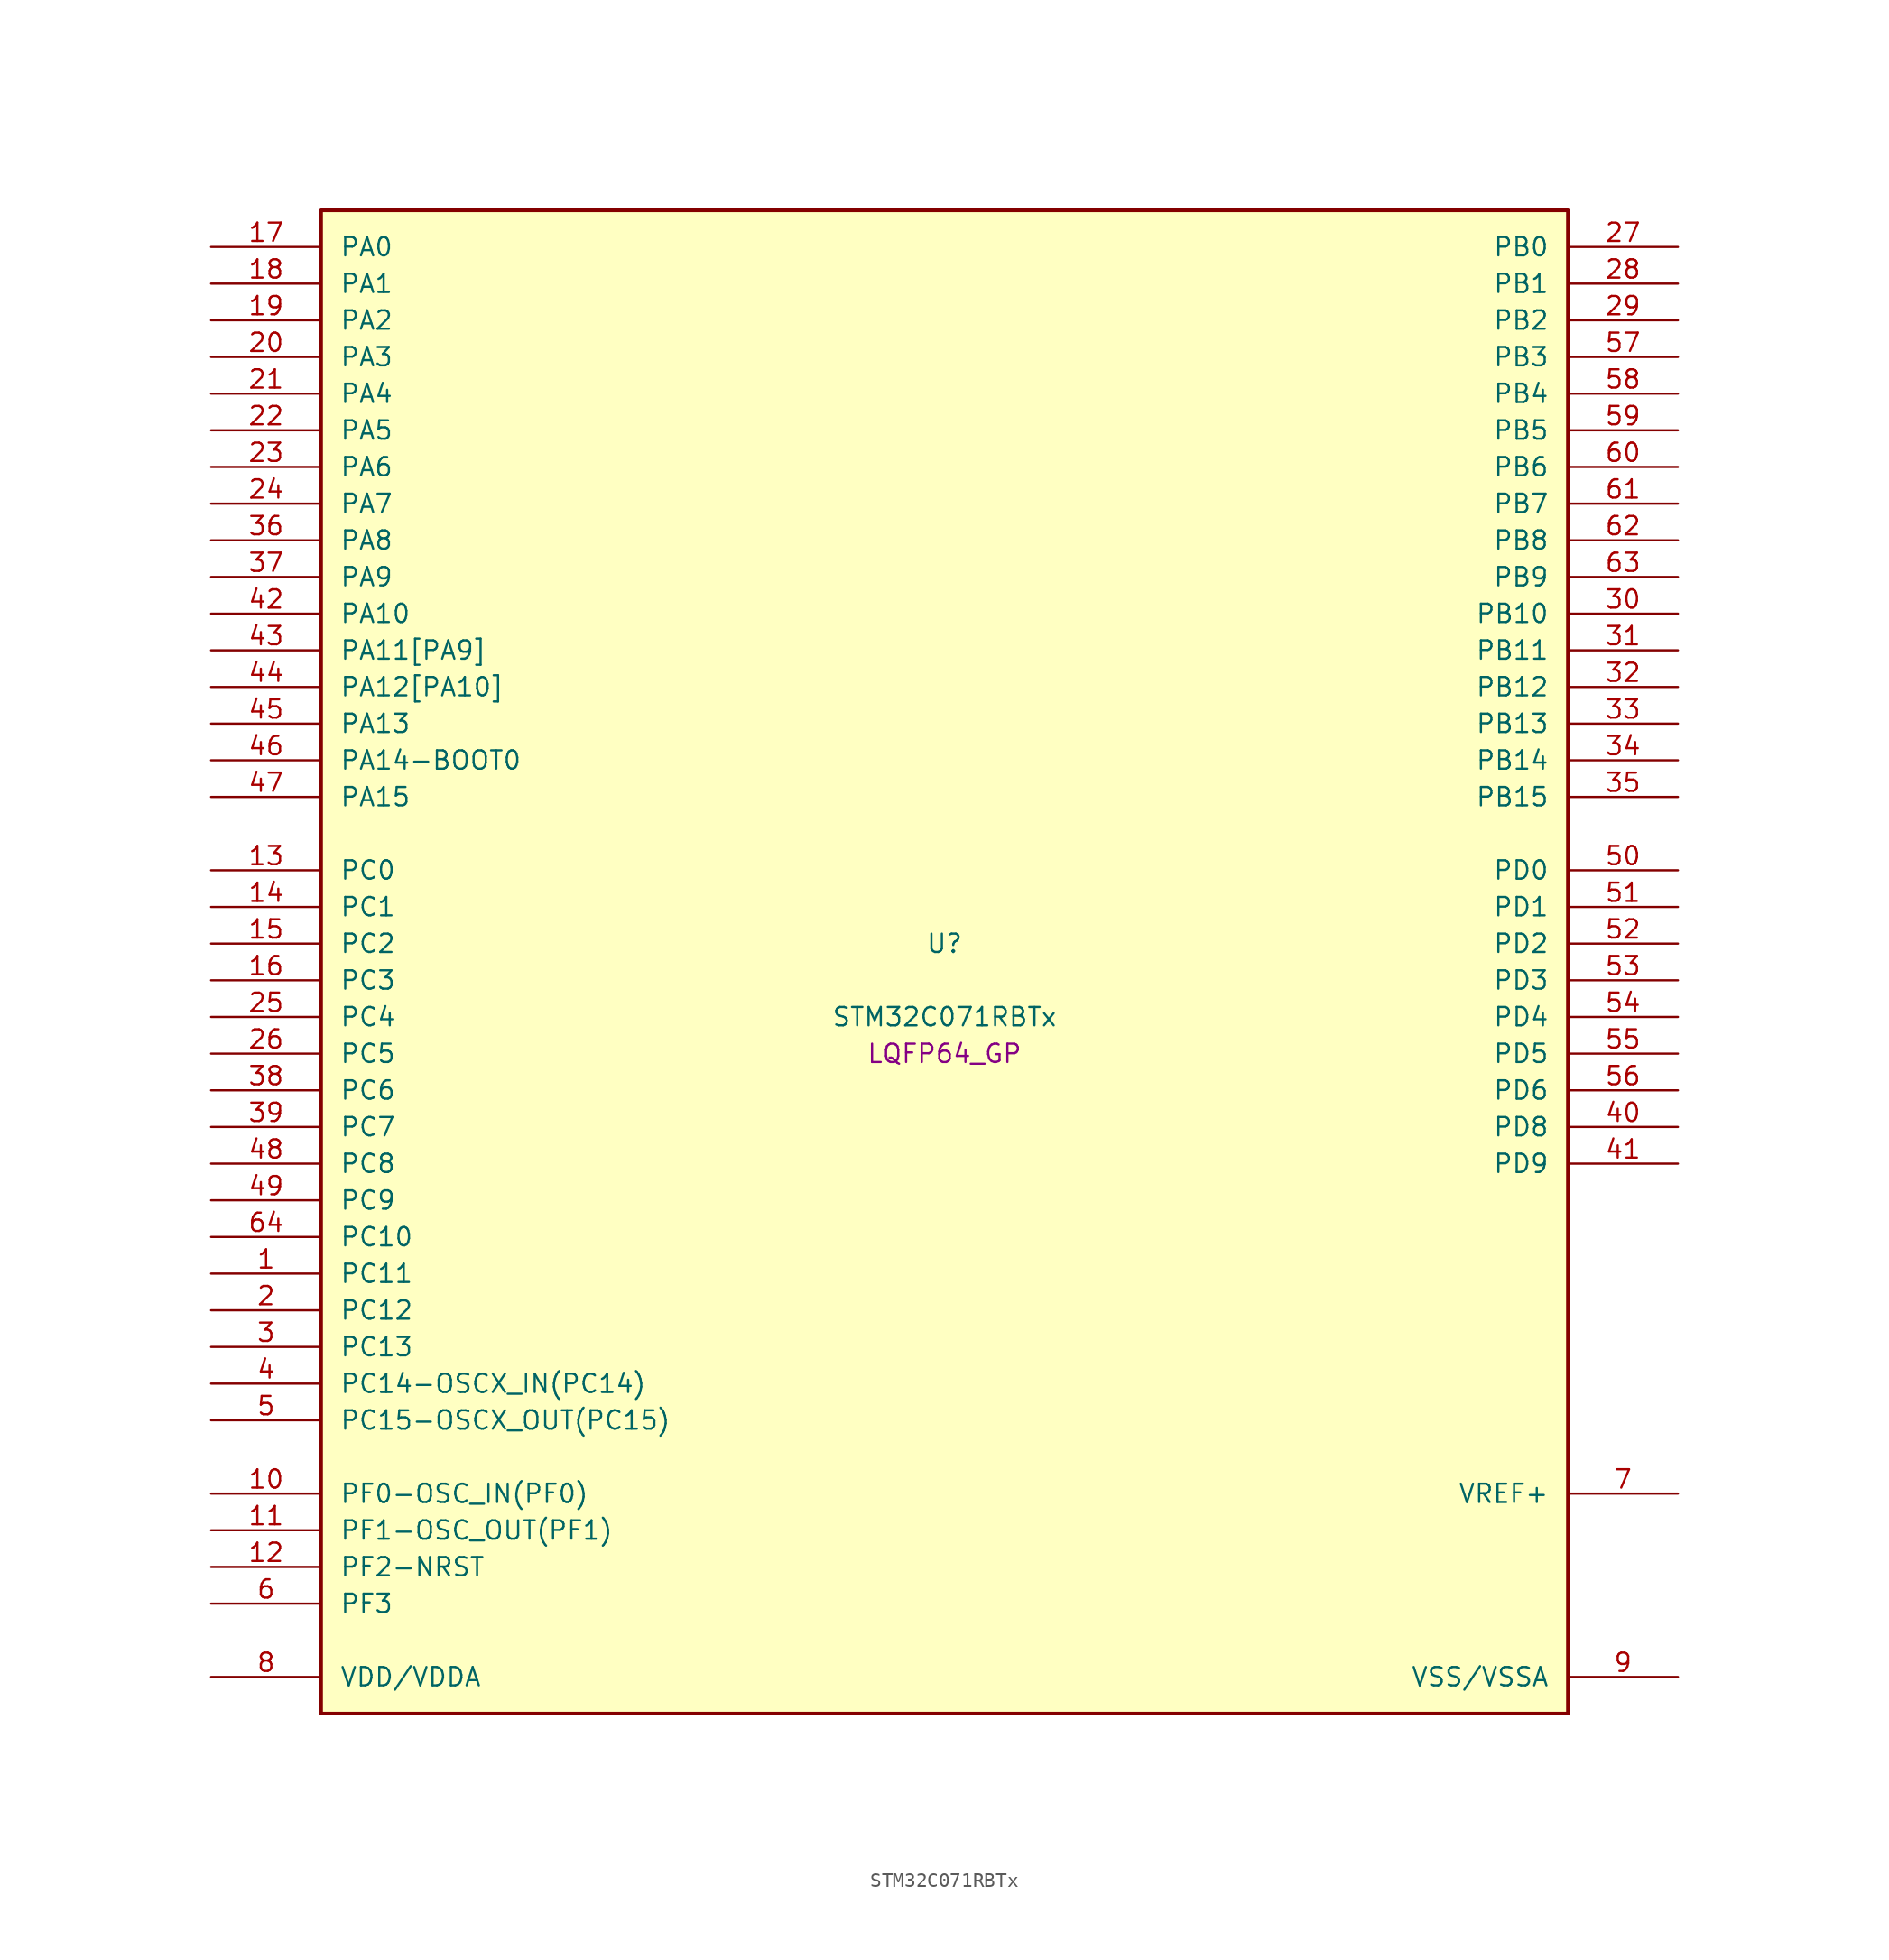
<source format=kicad_sym>
(kicad_symbol_lib
  (version 20241209)
  (generator "stm32_pkl_generator")
  (generator_version "1.0")
  (symbol "STM32C071RBTx"
    (pin_names
      (offset 1.27))
    (property "Reference" "U"
      (at 0 2.54 0))
    (property "Value" "STM32C071RBTx"
      (at 0 -2.54 0))
    (property "Footprint" "LQFP64_GP"
      (at 0 -5.08 0))
    (symbol "STM32C071RBTx_1_1"
      (rectangle (start -43.18 53.34) (end 43.18 -50.8) (stroke (width 0.254) (type solid)) (fill (type background)))
      (pin bidirectional line (at -50.8 50.8 0) (length 7.62) (name "PA0") (number "17") (alternate "PA0/ADC1_IN0" bidirectional line) (alternate "PA0/PWR_WKUP1" bidirectional line) (alternate "PA0/SPI2_SCK" bidirectional line) (alternate "PA0/TIM16_CH1" bidirectional line) (alternate "PA0/TIM1_CH1" bidirectional line) (alternate "PA0/TIM2_CH1" bidirectional line) (alternate "PA0/TIM2_ETR" bidirectional line) (alternate "PA0/USART1_TX" bidirectional line) (alternate "PA0/USART2_CTS" bidirectional line) (alternate "PA0/USART2_NSS" bidirectional line))
      (pin bidirectional line (at -50.8 48.26 0) (length 7.62) (name "PA1") (number "18") (alternate "PA1/ADC1_IN1" bidirectional line) (alternate "PA1/I2C1_SMBA" bidirectional line) (alternate "PA1/I2S1_CK" bidirectional line) (alternate "PA1/SPI1_SCK" bidirectional line) (alternate "PA1/TIM17_CH1" bidirectional line) (alternate "PA1/TIM1_CH2" bidirectional line) (alternate "PA1/TIM2_CH2" bidirectional line) (alternate "PA1/USART1_RX" bidirectional line) (alternate "PA1/USART2_CK" bidirectional line) (alternate "PA1/USART2_DE" bidirectional line) (alternate "PA1/USART2_RTS" bidirectional line))
      (pin bidirectional line (at -50.8 45.72 0) (length 7.62) (name "PA2") (number "19") (alternate "PA2/ADC1_IN2" bidirectional line) (alternate "PA2/I2S1_SD" bidirectional line) (alternate "PA2/PWR_WKUP4" bidirectional line) (alternate "PA2/RCC_LSCO" bidirectional line) (alternate "PA2/SPI1_MOSI" bidirectional line) (alternate "PA2/TIM16_CH1N" bidirectional line) (alternate "PA2/TIM1_CH3" bidirectional line) (alternate "PA2/TIM2_CH3" bidirectional line) (alternate "PA2/TIM3_ETR" bidirectional line) (alternate "PA2/USART2_TX" bidirectional line))
      (pin bidirectional line (at -50.8 43.18 0) (length 7.62) (name "PA3") (number "20") (alternate "PA3/ADC1_IN3" bidirectional line) (alternate "PA3/SPI2_MISO" bidirectional line) (alternate "PA3/TIM1_CH1N" bidirectional line) (alternate "PA3/TIM1_CH4" bidirectional line) (alternate "PA3/TIM2_CH4" bidirectional line) (alternate "PA3/USART2_RX" bidirectional line))
      (pin bidirectional line (at -50.8 40.64 0) (length 7.62) (name "PA4") (number "21") (alternate "PA4/ADC1_IN4" bidirectional line) (alternate "PA4/I2S1_WS" bidirectional line) (alternate "PA4/RTC_OUT2" bidirectional line) (alternate "PA4/SPI1_NSS" bidirectional line) (alternate "PA4/SPI2_MOSI" bidirectional line) (alternate "PA4/TIM14_CH1" bidirectional line) (alternate "PA4/TIM17_CH1N" bidirectional line) (alternate "PA4/TIM1_CH2N" bidirectional line) (alternate "PA4/USART2_TX" bidirectional line) (alternate "PA4/USB_NOE" bidirectional line))
      (pin bidirectional line (at -50.8 38.1 0) (length 7.62) (name "PA5") (number "22") (alternate "PA5/ADC1_IN5" bidirectional line) (alternate "PA5/I2S1_CK" bidirectional line) (alternate "PA5/SPI1_SCK" bidirectional line) (alternate "PA5/TIM1_CH1" bidirectional line) (alternate "PA5/TIM1_CH3N" bidirectional line) (alternate "PA5/TIM2_CH1" bidirectional line) (alternate "PA5/TIM2_ETR" bidirectional line) (alternate "PA5/USART2_RX" bidirectional line))
      (pin bidirectional line (at -50.8 35.56 0) (length 7.62) (name "PA6") (number "23") (alternate "PA6/ADC1_IN6" bidirectional line) (alternate "PA6/I2C2_SDA" bidirectional line) (alternate "PA6/I2S1_MCK" bidirectional line) (alternate "PA6/SPI1_MISO" bidirectional line) (alternate "PA6/TIM16_CH1" bidirectional line) (alternate "PA6/TIM1_BKIN" bidirectional line) (alternate "PA6/TIM3_CH1" bidirectional line))
      (pin bidirectional line (at -50.8 33.02 0) (length 7.62) (name "PA7") (number "24") (alternate "PA7/ADC1_IN7" bidirectional line) (alternate "PA7/I2C2_SCL" bidirectional line) (alternate "PA7/I2S1_SD" bidirectional line) (alternate "PA7/SPI1_MOSI" bidirectional line) (alternate "PA7/TIM14_CH1" bidirectional line) (alternate "PA7/TIM17_CH1" bidirectional line) (alternate "PA7/TIM1_CH1N" bidirectional line) (alternate "PA7/TIM3_CH2" bidirectional line))
      (pin bidirectional line (at -50.8 30.48 0) (length 7.62) (name "PA8") (number "36") (alternate "PA8/ADC1_IN8" bidirectional line) (alternate "PA8/CRS_SYNC" bidirectional line) (alternate "PA8/I2S1_WS" bidirectional line) (alternate "PA8/RCC_MCO" bidirectional line) (alternate "PA8/RCC_MCO_2" bidirectional line) (alternate "PA8/SPI1_NSS" bidirectional line) (alternate "PA8/SPI2_MISO" bidirectional line) (alternate "PA8/SPI2_NSS" bidirectional line) (alternate "PA8/TIM14_CH1" bidirectional line) (alternate "PA8/TIM1_CH1" bidirectional line) (alternate "PA8/TIM1_CH2N" bidirectional line) (alternate "PA8/TIM1_CH3N" bidirectional line) (alternate "PA8/TIM3_CH3" bidirectional line) (alternate "PA8/TIM3_CH4" bidirectional line) (alternate "PA8/USART1_RX" bidirectional line) (alternate "PA8/USART2_TX" bidirectional line))
      (pin bidirectional line (at -50.8 27.94 0) (length 7.62) (name "PA9") (number "37") (alternate "PA9/I2C1_SCL" bidirectional line) (alternate "PA9/I2C2_SCL" bidirectional line) (alternate "PA9/RCC_MCO" bidirectional line) (alternate "PA9/SPI2_MISO" bidirectional line) (alternate "PA9/TIM1_CH2" bidirectional line) (alternate "PA9/TIM3_ETR" bidirectional line) (alternate "PA9/USART1_TX" bidirectional line) (alternate "PA9/NC" bidirectional line))
      (pin bidirectional line (at -50.8 25.4 0) (length 7.62) (name "PA10") (number "42") (alternate "PA10/I2C1_SDA" bidirectional line) (alternate "PA10/I2C2_SDA" bidirectional line) (alternate "PA10/RCC_MCO_2" bidirectional line) (alternate "PA10/SPI2_MOSI" bidirectional line) (alternate "PA10/TIM17_BKIN" bidirectional line) (alternate "PA10/TIM1_CH3" bidirectional line) (alternate "PA10/USART1_RX" bidirectional line) (alternate "PA10/NC" bidirectional line))
      (pin bidirectional line (at -50.8 22.86 0) (length 7.62) (name "PA11[PA9]") (number "43") (alternate "PA11[PA9]/ADC1_EXTI11" bidirectional line) (alternate "PA11[PA9]/I2C2_SCL" bidirectional line) (alternate "PA11[PA9]/I2S1_MCK" bidirectional line) (alternate "PA11[PA9]/SPI1_MISO" bidirectional line) (alternate "PA11[PA9]/TIM1_BKIN2" bidirectional line) (alternate "PA11[PA9]/TIM1_CH4" bidirectional line) (alternate "PA11[PA9]/USART1_CTS" bidirectional line) (alternate "PA11[PA9]/USART1_NSS" bidirectional line) (alternate "PA11[PA9]/USB_DM" bidirectional line) (alternate "PA11[PA9]/PA9[PA11]" bidirectional line) (alternate "PA11[PA9]/I2C1_SCL" bidirectional line) (alternate "PA11[PA9]/RCC_MCO" bidirectional line) (alternate "PA11[PA9]/SPI2_MISO" bidirectional line) (alternate "PA11[PA9]/TIM1_CH2" bidirectional line) (alternate "PA11[PA9]/TIM3_ETR" bidirectional line) (alternate "PA11[PA9]/USART1_TX" bidirectional line))
      (pin bidirectional line (at -50.8 20.32 0) (length 7.62) (name "PA12[PA10]") (number "44") (alternate "PA12[PA10]/I2C2_SDA" bidirectional line) (alternate "PA12[PA10]/I2S1_SD" bidirectional line) (alternate "PA12[PA10]/I2S_CKIN" bidirectional line) (alternate "PA12[PA10]/SPI1_MOSI" bidirectional line) (alternate "PA12[PA10]/TIM1_ETR" bidirectional line) (alternate "PA12[PA10]/USART1_CK" bidirectional line) (alternate "PA12[PA10]/USART1_DE" bidirectional line) (alternate "PA12[PA10]/USART1_RTS" bidirectional line) (alternate "PA12[PA10]/USB_DP" bidirectional line) (alternate "PA12[PA10]/PA10[PA12]" bidirectional line) (alternate "PA12[PA10]/I2C1_SDA" bidirectional line) (alternate "PA12[PA10]/RCC_MCO_2" bidirectional line) (alternate "PA12[PA10]/SPI2_MOSI" bidirectional line) (alternate "PA12[PA10]/TIM17_BKIN" bidirectional line) (alternate "PA12[PA10]/TIM1_CH3" bidirectional line) (alternate "PA12[PA10]/USART1_RX" bidirectional line))
      (pin bidirectional line (at -50.8 17.78 0) (length 7.62) (name "PA13") (number "45") (alternate "PA13/ADC1_IN13" bidirectional line) (alternate "PA13/DEBUG_SWDIO" bidirectional line) (alternate "PA13/IR_OUT" bidirectional line) (alternate "PA13/TIM3_ETR" bidirectional line) (alternate "PA13/USART2_RX" bidirectional line) (alternate "PA13/USB_NOE" bidirectional line))
      (pin bidirectional line (at -50.8 15.24 0) (length 7.62) (name "PA14-BOOT0") (number "46") (alternate "PA14-BOOT0/ADC1_IN14" bidirectional line) (alternate "PA14-BOOT0/DEBUG_SWCLK" bidirectional line) (alternate "PA14-BOOT0/I2S1_WS" bidirectional line) (alternate "PA14-BOOT0/RCC_MCO_2" bidirectional line) (alternate "PA14-BOOT0/SPI1_NSS" bidirectional line) (alternate "PA14-BOOT0/TIM1_CH1" bidirectional line) (alternate "PA14-BOOT0/USART1_CK" bidirectional line) (alternate "PA14-BOOT0/USART1_DE" bidirectional line) (alternate "PA14-BOOT0/USART1_RTS" bidirectional line) (alternate "PA14-BOOT0/USART2_RX" bidirectional line) (alternate "PA14-BOOT0/USART2_TX" bidirectional line))
      (pin bidirectional line (at -50.8 12.7 0) (length 7.62) (name "PA15") (number "47") (alternate "PA15/I2S1_WS" bidirectional line) (alternate "PA15/RCC_MCO_2" bidirectional line) (alternate "PA15/SPI1_NSS" bidirectional line) (alternate "PA15/TIM1_CH1" bidirectional line) (alternate "PA15/TIM2_CH1" bidirectional line) (alternate "PA15/TIM2_ETR" bidirectional line) (alternate "PA15/USART1_CK" bidirectional line) (alternate "PA15/USART1_DE" bidirectional line) (alternate "PA15/USART1_RTS" bidirectional line) (alternate "PA15/USART2_RX" bidirectional line) (alternate "PA15/USB_NOE" bidirectional line))
      (pin bidirectional line (at 50.8 50.8 180) (length 7.62) (name "PB0") (number "27") (alternate "PB0/ADC1_IN17" bidirectional line) (alternate "PB0/I2S1_WS" bidirectional line) (alternate "PB0/SPI1_NSS" bidirectional line) (alternate "PB0/TIM1_CH2N" bidirectional line) (alternate "PB0/TIM3_CH3" bidirectional line))
      (pin bidirectional line (at 50.8 48.26 180) (length 7.62) (name "PB1") (number "28") (alternate "PB1/ADC1_IN18" bidirectional line) (alternate "PB1/TIM14_CH1" bidirectional line) (alternate "PB1/TIM1_CH2N" bidirectional line) (alternate "PB1/TIM1_CH3N" bidirectional line) (alternate "PB1/TIM3_CH4" bidirectional line))
      (pin bidirectional line (at 50.8 45.72 180) (length 7.62) (name "PB2") (number "29") (alternate "PB2/ADC1_IN19" bidirectional line) (alternate "PB2/RCC_MCO_2" bidirectional line) (alternate "PB2/SPI2_MISO" bidirectional line) (alternate "PB2/USART1_RX" bidirectional line))
      (pin bidirectional line (at 50.8 43.18 180) (length 7.62) (name "PB3") (number "57") (alternate "PB3/I2C2_SCL" bidirectional line) (alternate "PB3/I2S1_CK" bidirectional line) (alternate "PB3/SPI1_SCK" bidirectional line) (alternate "PB3/TIM1_CH2" bidirectional line) (alternate "PB3/TIM2_CH2" bidirectional line) (alternate "PB3/TIM3_CH2" bidirectional line) (alternate "PB3/USART1_CK" bidirectional line) (alternate "PB3/USART1_DE" bidirectional line) (alternate "PB3/USART1_RTS" bidirectional line))
      (pin bidirectional line (at 50.8 40.64 180) (length 7.62) (name "PB4") (number "58") (alternate "PB4/I2C2_SDA" bidirectional line) (alternate "PB4/I2S1_MCK" bidirectional line) (alternate "PB4/SPI1_MISO" bidirectional line) (alternate "PB4/TIM17_BKIN" bidirectional line) (alternate "PB4/TIM3_CH1" bidirectional line) (alternate "PB4/USART1_CTS" bidirectional line) (alternate "PB4/USART1_NSS" bidirectional line))
      (pin bidirectional line (at 50.8 38.1 180) (length 7.62) (name "PB5") (number "59") (alternate "PB5/I2C1_SMBA" bidirectional line) (alternate "PB5/I2S1_SD" bidirectional line) (alternate "PB5/PWR_WKUP6" bidirectional line) (alternate "PB5/SPI1_MOSI" bidirectional line) (alternate "PB5/TIM16_BKIN" bidirectional line) (alternate "PB5/TIM3_CH2" bidirectional line) (alternate "PB5/TIM3_CH3" bidirectional line))
      (pin bidirectional line (at 50.8 35.56 180) (length 7.62) (name "PB6") (number "60") (alternate "PB6/I2C1_SCL" bidirectional line) (alternate "PB6/I2C1_SMBA" bidirectional line) (alternate "PB6/I2S1_CK" bidirectional line) (alternate "PB6/I2S1_MCK" bidirectional line) (alternate "PB6/I2S1_SD" bidirectional line) (alternate "PB6/PWR_WKUP3" bidirectional line) (alternate "PB6/SPI1_MISO" bidirectional line) (alternate "PB6/SPI1_MOSI" bidirectional line) (alternate "PB6/SPI1_SCK" bidirectional line) (alternate "PB6/SPI2_MISO" bidirectional line) (alternate "PB6/TIM16_BKIN" bidirectional line) (alternate "PB6/TIM16_CH1N" bidirectional line) (alternate "PB6/TIM17_BKIN" bidirectional line) (alternate "PB6/TIM1_CH2" bidirectional line) (alternate "PB6/TIM1_CH3" bidirectional line) (alternate "PB6/TIM3_CH1" bidirectional line) (alternate "PB6/TIM3_CH2" bidirectional line) (alternate "PB6/TIM3_CH3" bidirectional line) (alternate "PB6/USART1_CTS" bidirectional line) (alternate "PB6/USART1_NSS" bidirectional line) (alternate "PB6/USART1_TX" bidirectional line))
      (pin bidirectional line (at 50.8 33.02 180) (length 7.62) (name "PB7") (number "61") (alternate "PB7/I2C1_SCL" bidirectional line) (alternate "PB7/I2C1_SDA" bidirectional line) (alternate "PB7/SPI2_MOSI" bidirectional line) (alternate "PB7/TIM16_CH1" bidirectional line) (alternate "PB7/TIM17_CH1N" bidirectional line) (alternate "PB7/TIM1_CH4" bidirectional line) (alternate "PB7/TIM3_CH1" bidirectional line) (alternate "PB7/TIM3_CH4" bidirectional line) (alternate "PB7/USART1_RX" bidirectional line) (alternate "PB7/USART2_CTS" bidirectional line) (alternate "PB7/USART2_NSS" bidirectional line))
      (pin bidirectional line (at 50.8 30.48 180) (length 7.62) (name "PB8") (number "62") (alternate "PB8/I2C1_SCL" bidirectional line) (alternate "PB8/SPI2_SCK" bidirectional line) (alternate "PB8/TIM16_CH1" bidirectional line) (alternate "PB8/TIM3_CH1" bidirectional line) (alternate "PB8/USART2_CTS" bidirectional line) (alternate "PB8/USART2_NSS" bidirectional line))
      (pin bidirectional line (at 50.8 27.94 180) (length 7.62) (name "PB9") (number "63") (alternate "PB9/I2C1_SDA" bidirectional line) (alternate "PB9/IR_OUT" bidirectional line) (alternate "PB9/SPI2_NSS" bidirectional line) (alternate "PB9/TIM17_CH1" bidirectional line) (alternate "PB9/TIM3_CH2" bidirectional line) (alternate "PB9/USART2_CK" bidirectional line) (alternate "PB9/USART2_DE" bidirectional line) (alternate "PB9/USART2_RTS" bidirectional line))
      (pin bidirectional line (at 50.8 25.4 180) (length 7.62) (name "PB10") (number "30") (alternate "PB10/ADC1_IN20" bidirectional line) (alternate "PB10/I2C2_SCL" bidirectional line) (alternate "PB10/SPI2_SCK" bidirectional line) (alternate "PB10/TIM2_CH3" bidirectional line))
      (pin bidirectional line (at 50.8 22.86 180) (length 7.62) (name "PB11") (number "31") (alternate "PB11/ADC1_EXTI11" bidirectional line) (alternate "PB11/ADC1_IN21" bidirectional line) (alternate "PB11/I2C2_SDA" bidirectional line) (alternate "PB11/SPI2_MOSI" bidirectional line) (alternate "PB11/TIM2_CH4" bidirectional line))
      (pin bidirectional line (at 50.8 20.32 180) (length 7.62) (name "PB12") (number "32") (alternate "PB12/ADC1_IN22" bidirectional line) (alternate "PB12/SPI2_NSS" bidirectional line) (alternate "PB12/TIM1_BKIN" bidirectional line) (alternate "PB12/TIM1_BKIN2" bidirectional line))
      (pin bidirectional line (at 50.8 17.78 180) (length 7.62) (name "PB13") (number "33") (alternate "PB13/I2C2_SCL" bidirectional line) (alternate "PB13/SPI2_SCK" bidirectional line) (alternate "PB13/TIM1_CH1N" bidirectional line))
      (pin bidirectional line (at 50.8 15.24 180) (length 7.62) (name "PB14") (number "34") (alternate "PB14/I2C2_SDA" bidirectional line) (alternate "PB14/SPI2_MISO" bidirectional line) (alternate "PB14/TIM1_CH2N" bidirectional line))
      (pin bidirectional line (at 50.8 12.7 180) (length 7.62) (name "PB15") (number "35") (alternate "PB15/RTC_REFIN" bidirectional line) (alternate "PB15/SPI2_MOSI" bidirectional line) (alternate "PB15/TIM1_CH3N" bidirectional line))
      (pin bidirectional line (at -50.8 7.62 0) (length 7.62) (name "PC0") (number "13"))
      (pin bidirectional line (at -50.8 5.08 0) (length 7.62) (name "PC1") (number "14"))
      (pin bidirectional line (at -50.8 2.54 0) (length 7.62) (name "PC2") (number "15") (alternate "PC2/SPI2_MISO" bidirectional line))
      (pin bidirectional line (at -50.8 0 0) (length 7.62) (name "PC3") (number "16") (alternate "PC3/SPI2_MOSI" bidirectional line))
      (pin bidirectional line (at -50.8 -2.54 0) (length 7.62) (name "PC4") (number "25") (alternate "PC4/ADC1_IN11" bidirectional line) (alternate "PC4/TIM2_CH1" bidirectional line) (alternate "PC4/TIM2_ETR" bidirectional line) (alternate "PC4/USART1_TX" bidirectional line))
      (pin bidirectional line (at -50.8 -5.08 0) (length 7.62) (name "PC5") (number "26") (alternate "PC5/ADC1_IN12" bidirectional line) (alternate "PC5/PWR_WKUP5" bidirectional line) (alternate "PC5/TIM2_CH2" bidirectional line) (alternate "PC5/USART1_RX" bidirectional line))
      (pin bidirectional line (at -50.8 -7.62 0) (length 7.62) (name "PC6") (number "38") (alternate "PC6/TIM2_CH3" bidirectional line) (alternate "PC6/TIM3_CH1" bidirectional line))
      (pin bidirectional line (at -50.8 -10.16 0) (length 7.62) (name "PC7") (number "39") (alternate "PC7/TIM2_CH4" bidirectional line) (alternate "PC7/TIM3_CH2" bidirectional line))
      (pin bidirectional line (at -50.8 -12.7 0) (length 7.62) (name "PC8") (number "48") (alternate "PC8/TIM1_CH1" bidirectional line) (alternate "PC8/TIM3_CH3" bidirectional line))
      (pin bidirectional line (at -50.8 -15.24 0) (length 7.62) (name "PC9") (number "49") (alternate "PC9/I2S_CKIN" bidirectional line) (alternate "PC9/TIM1_CH2" bidirectional line) (alternate "PC9/TIM3_CH4" bidirectional line) (alternate "PC9/USB_NOE" bidirectional line))
      (pin bidirectional line (at -50.8 -17.78 0) (length 7.62) (name "PC10") (number "64") (alternate "PC10/TIM1_CH3" bidirectional line))
      (pin bidirectional line (at -50.8 -20.32 0) (length 7.62) (name "PC11") (number "1") (alternate "PC11/ADC1_EXTI11" bidirectional line) (alternate "PC11/TIM1_CH4" bidirectional line))
      (pin bidirectional line (at -50.8 -22.86 0) (length 7.62) (name "PC12") (number "2") (alternate "PC12/TIM14_CH1" bidirectional line))
      (pin bidirectional line (at -50.8 -25.4 0) (length 7.62) (name "PC13") (number "3") (alternate "PC13/PWR_WKUP2" bidirectional line) (alternate "PC13/RTC_OUT1" bidirectional line) (alternate "PC13/RTC_TS" bidirectional line) (alternate "PC13/TIM1_BKIN" bidirectional line) (alternate "PC13/TIM1_ETR" bidirectional line))
      (pin bidirectional line (at -50.8 -27.94 0) (length 7.62) (name "PC14-OSCX_IN(PC14)") (number "4") (alternate "PC14-OSCX_IN(PC14)/I2C1_SDA" bidirectional line) (alternate "PC14-OSCX_IN(PC14)/IR_OUT" bidirectional line) (alternate "PC14-OSCX_IN(PC14)/RCC_OSCX_IN" bidirectional line) (alternate "PC14-OSCX_IN(PC14)/SPI2_NSS" bidirectional line) (alternate "PC14-OSCX_IN(PC14)/TIM17_CH1" bidirectional line) (alternate "PC14-OSCX_IN(PC14)/TIM1_BKIN2" bidirectional line) (alternate "PC14-OSCX_IN(PC14)/TIM1_ETR" bidirectional line) (alternate "PC14-OSCX_IN(PC14)/TIM3_CH2" bidirectional line) (alternate "PC14-OSCX_IN(PC14)/USART1_TX" bidirectional line) (alternate "PC14-OSCX_IN(PC14)/USART2_CK" bidirectional line) (alternate "PC14-OSCX_IN(PC14)/USART2_DE" bidirectional line) (alternate "PC14-OSCX_IN(PC14)/USART2_RTS" bidirectional line))
      (pin bidirectional line (at -50.8 -30.48 0) (length 7.62) (name "PC15-OSCX_OUT(PC15)") (number "5") (alternate "PC15-OSCX_OUT(PC15)/RCC_OSC32_EN" bidirectional line) (alternate "PC15-OSCX_OUT(PC15)/RCC_OSCX_OUT" bidirectional line) (alternate "PC15-OSCX_OUT(PC15)/RCC_OSC_EN" bidirectional line) (alternate "PC15-OSCX_OUT(PC15)/TIM1_ETR" bidirectional line) (alternate "PC15-OSCX_OUT(PC15)/TIM3_CH3" bidirectional line))
      (pin bidirectional line (at 50.8 7.62 180) (length 7.62) (name "PD0") (number "50") (alternate "PD0/SPI2_NSS" bidirectional line) (alternate "PD0/TIM16_CH1" bidirectional line))
      (pin bidirectional line (at 50.8 5.08 180) (length 7.62) (name "PD1") (number "51") (alternate "PD1/SPI2_SCK" bidirectional line) (alternate "PD1/TIM17_CH1" bidirectional line))
      (pin bidirectional line (at 50.8 2.54 180) (length 7.62) (name "PD2") (number "52") (alternate "PD2/TIM1_CH1N" bidirectional line) (alternate "PD2/TIM3_ETR" bidirectional line))
      (pin bidirectional line (at 50.8 0 180) (length 7.62) (name "PD3") (number "53") (alternate "PD3/SPI2_MISO" bidirectional line) (alternate "PD3/TIM1_CH2N" bidirectional line) (alternate "PD3/USART2_CTS" bidirectional line) (alternate "PD3/USART2_NSS" bidirectional line))
      (pin bidirectional line (at 50.8 -2.54 180) (length 7.62) (name "PD4") (number "54") (alternate "PD4/SPI2_MOSI" bidirectional line) (alternate "PD4/TIM1_CH3N" bidirectional line) (alternate "PD4/USART2_CK" bidirectional line) (alternate "PD4/USART2_DE" bidirectional line) (alternate "PD4/USART2_RTS" bidirectional line))
      (pin bidirectional line (at 50.8 -5.08 180) (length 7.62) (name "PD5") (number "55") (alternate "PD5/I2S1_MCK" bidirectional line) (alternate "PD5/SPI1_MISO" bidirectional line) (alternate "PD5/TIM1_BKIN" bidirectional line) (alternate "PD5/USART2_TX" bidirectional line))
      (pin bidirectional line (at 50.8 -7.62 180) (length 7.62) (name "PD6") (number "56") (alternate "PD6/I2S1_SD" bidirectional line) (alternate "PD6/SPI1_MOSI" bidirectional line) (alternate "PD6/USART2_RX" bidirectional line))
      (pin bidirectional line (at 50.8 -10.16 180) (length 7.62) (name "PD8") (number "40") (alternate "PD8/I2S1_CK" bidirectional line) (alternate "PD8/SPI1_SCK" bidirectional line))
      (pin bidirectional line (at 50.8 -12.7 180) (length 7.62) (name "PD9") (number "41") (alternate "PD9/I2S1_WS" bidirectional line) (alternate "PD9/SPI1_NSS" bidirectional line) (alternate "PD9/TIM1_BKIN2" bidirectional line))
      (pin bidirectional line (at -50.8 -35.56 0) (length 7.62) (name "PF0-OSC_IN(PF0)") (number "10") (alternate "PF0-OSC_IN(PF0)/CRS_SYNC" bidirectional line) (alternate "PF0-OSC_IN(PF0)/RCC_OSC_IN" bidirectional line) (alternate "PF0-OSC_IN(PF0)/TIM14_CH1" bidirectional line))
      (pin bidirectional line (at -50.8 -38.1 0) (length 7.62) (name "PF1-OSC_OUT(PF1)") (number "11") (alternate "PF1-OSC_OUT(PF1)/RCC_OSC_EN" bidirectional line) (alternate "PF1-OSC_OUT(PF1)/RCC_OSC_OUT" bidirectional line))
      (pin bidirectional line (at -50.8 -40.64 0) (length 7.62) (name "PF2-NRST") (number "12") (alternate "PF2-NRST/RCC_MCO" bidirectional line) (alternate "PF2-NRST/TIM1_CH4" bidirectional line))
      (pin bidirectional line (at -50.8 -43.18 0) (length 7.62) (name "PF3") (number "6"))
      (pin bidirectional line (at 50.8 -35.56 180) (length 7.62) (name "VREF+") (number "7"))
      (pin power_in line (at -50.8 -48.26 0) (length 7.62) (name "VDD/VDDA") (number "8"))
      (pin power_in line (at 50.8 -48.26 180) (length 7.62) (name "VSS/VSSA") (number "9")))))
</source>
